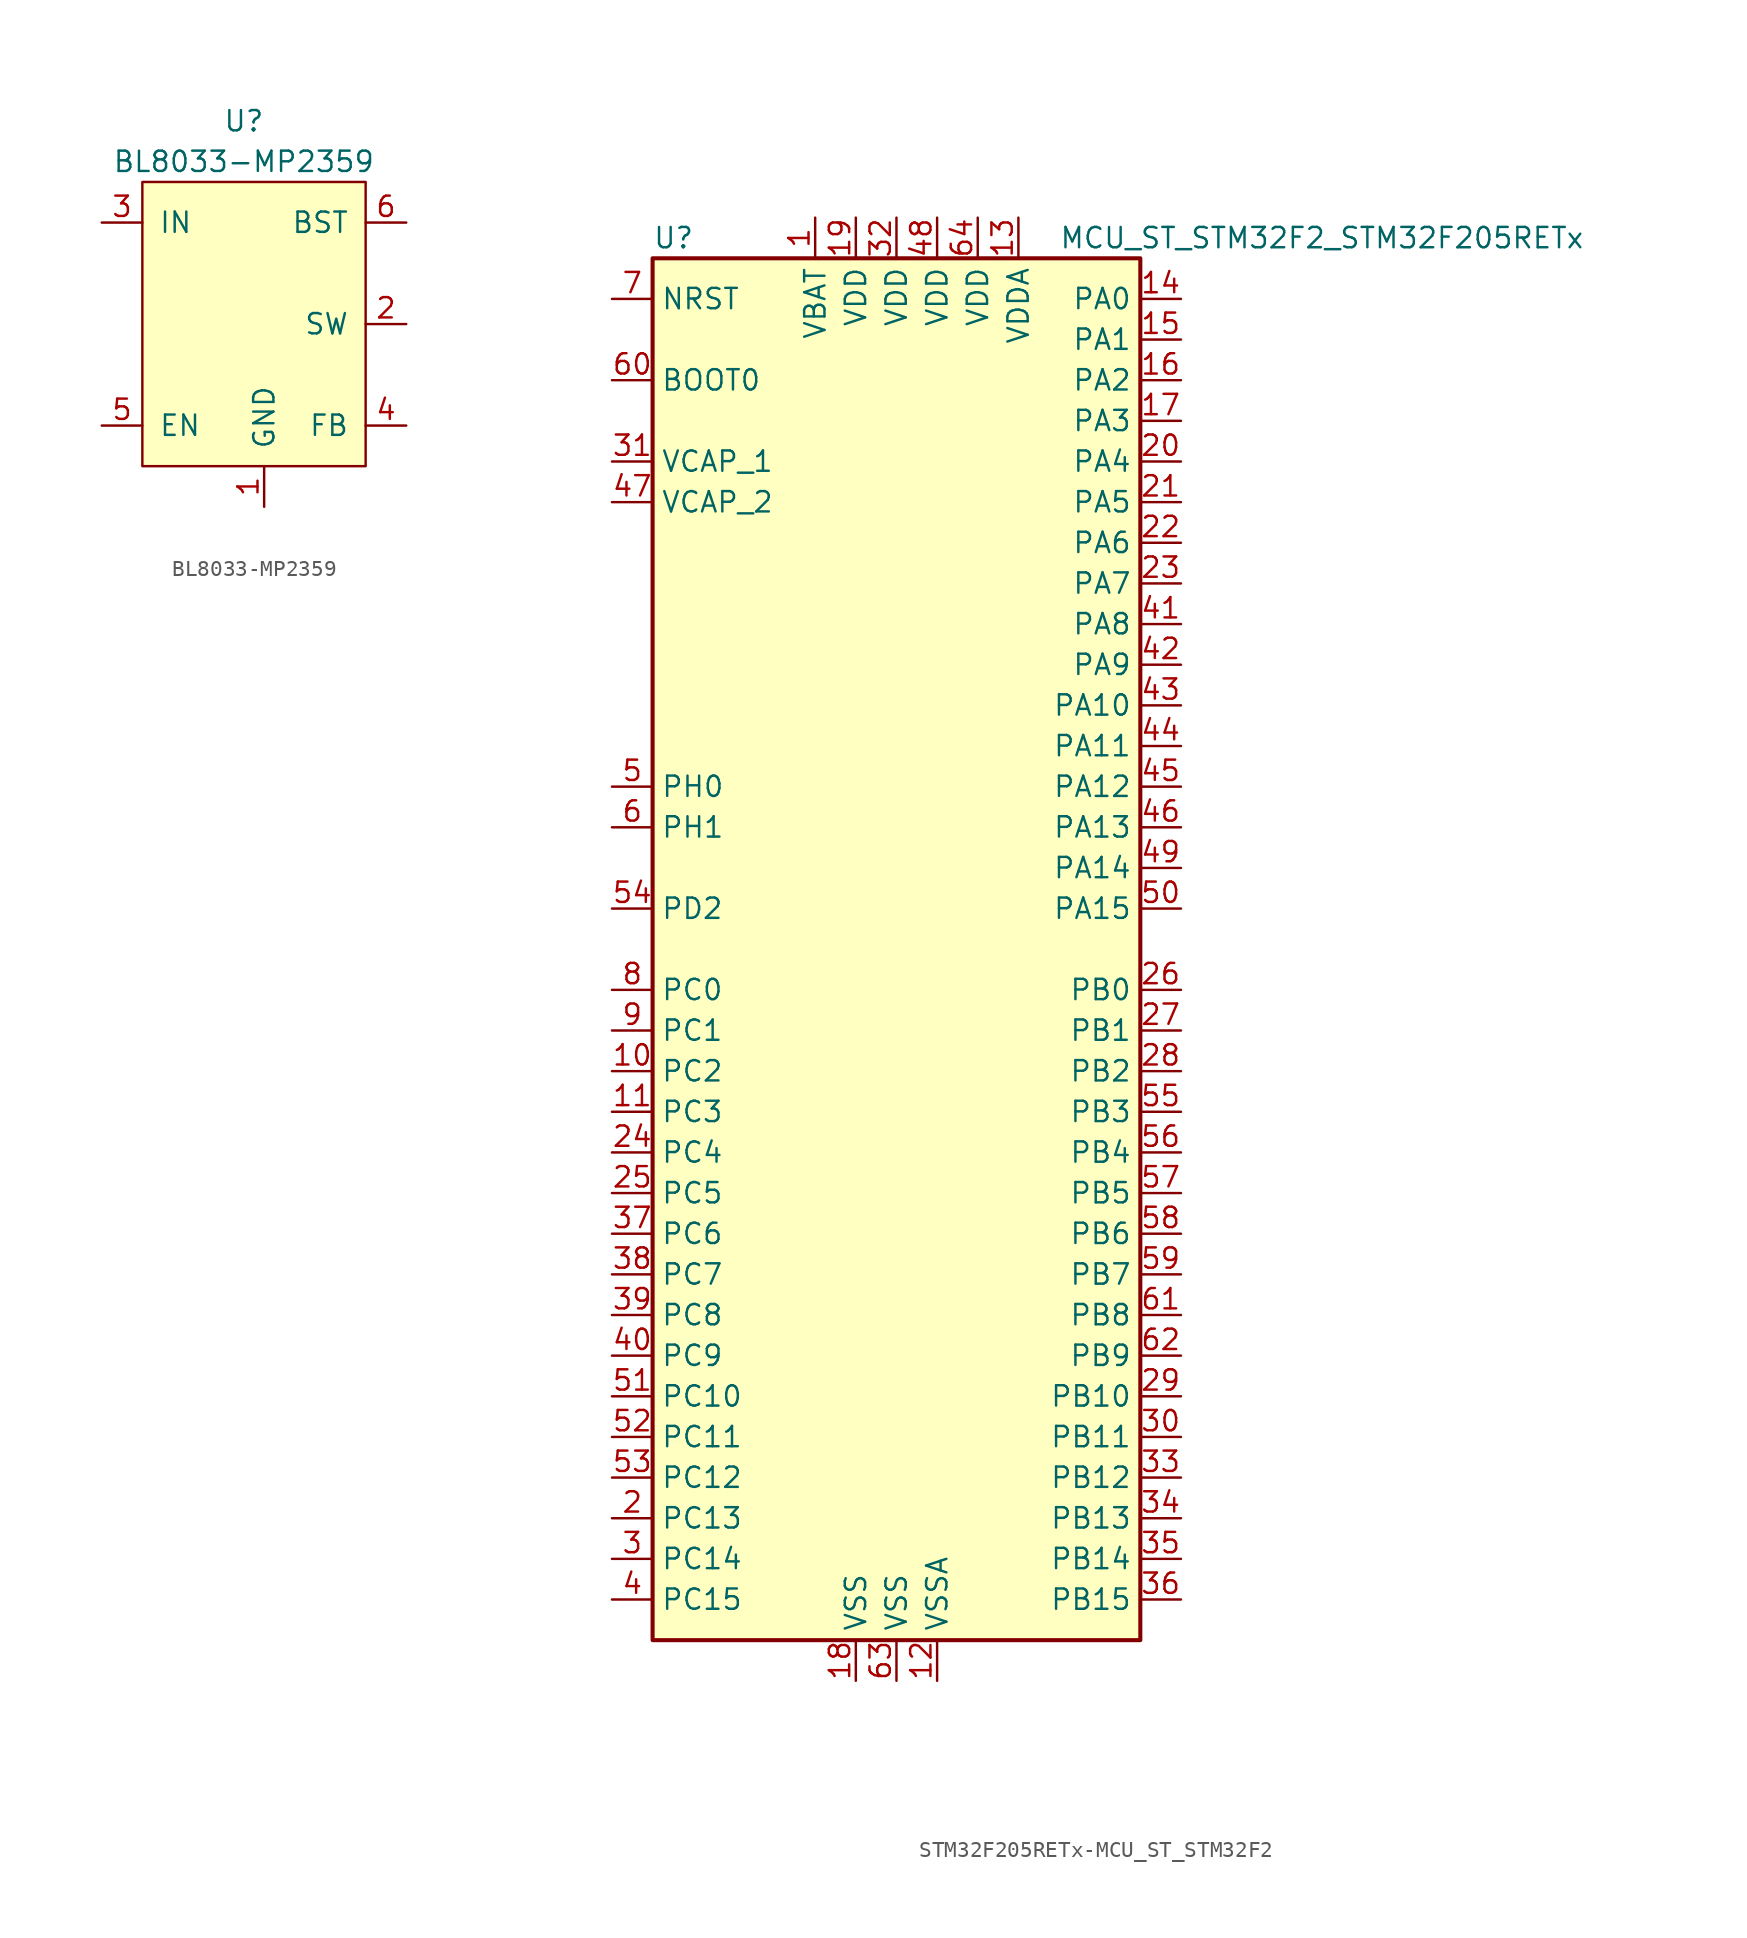
<source format=kicad_sym>
(kicad_symbol_lib
  (version 20220914)
  (generator kicad_symbol_editor)
  (symbol "BL8033-MP2359"
    (pin_names
      (offset 1.016))
    (property "Reference" "U"
      (at 2.54 10.16 0)
      (effects (font (size 1.27 1.27))))
    (property "Value" "BL8033-MP2359"
      (at 2.54 7.62 0)
      (effects (font (size 1.27 1.27))))
    (symbol "BL8033-MP2359_0_1"
      (rectangle (start -3.81 6.35) (end 10.16 -11.43) (stroke (width 0) (type solid)) (fill (type background))))
    (symbol "BL8033-MP2359_1_1"
      (pin passive line (at 3.81 -13.97 90) (length 2.54) (name "GND" (effects (font (size 1.27 1.27)))) (number "1" (effects (font (size 1.27 1.27)))))
      (pin power_out line (at 12.7 -2.54 180) (length 2.54) (name "SW" (effects (font (size 1.27 1.27)))) (number "2" (effects (font (size 1.27 1.27)))))
      (pin power_in line (at -6.35 3.81 0) (length 2.54) (name "IN" (effects (font (size 1.27 1.27)))) (number "3" (effects (font (size 1.27 1.27)))))
      (pin passive line (at 12.7 -8.89 180) (length 2.54) (name "FB" (effects (font (size 1.27 1.27)))) (number "4" (effects (font (size 1.27 1.27)))))
      (pin input line (at -6.35 -8.89 0) (length 2.54) (name "EN" (effects (font (size 1.27 1.27)))) (number "5" (effects (font (size 1.27 1.27)))))
      (pin input line (at 12.7 3.81 180) (length 2.54) (name "BST" (effects (font (size 1.27 1.27)))) (number "6" (effects (font (size 1.27 1.27)))))))
  (symbol "STM32F205RETx-MCU_ST_STM32F2"
    (property "Reference" "U"
      (at -15.24 44.45 0)
      (effects (font (size 1.27 1.27)) (justify left)))
    (property "Value" "MCU_ST_STM32F2_STM32F205RETx"
      (at 10.16 44.45 0)
      (effects (font (size 1.27 1.27)) (justify left)))
    (symbol "STM32F205RETx-MCU_ST_STM32F2_0_1"
      (rectangle (start -15.24 -43.18) (end 15.24 43.18) (stroke (width 0.254) (type solid)) (fill (type background))))
    (symbol "STM32F205RETx-MCU_ST_STM32F2_1_1"
      (pin power_in line (at -5.08 45.72 270) (length 2.54) (name "VBAT" (effects (font (size 1.27 1.27)))) (number "1" (effects (font (size 1.27 1.27)))))
      (pin bidirectional line (at -17.78 -7.62 0) (length 2.54) (name "PC2" (effects (font (size 1.27 1.27)))) (number "10" (effects (font (size 1.27 1.27)))))
      (pin bidirectional line (at -17.78 -10.16 0) (length 2.54) (name "PC3" (effects (font (size 1.27 1.27)))) (number "11" (effects (font (size 1.27 1.27)))))
      (pin power_in line (at 2.54 -45.72 90) (length 2.54) (name "VSSA" (effects (font (size 1.27 1.27)))) (number "12" (effects (font (size 1.27 1.27)))))
      (pin power_in line (at 7.62 45.72 270) (length 2.54) (name "VDDA" (effects (font (size 1.27 1.27)))) (number "13" (effects (font (size 1.27 1.27)))))
      (pin bidirectional line (at 17.78 40.64 180) (length 2.54) (name "PA0" (effects (font (size 1.27 1.27)))) (number "14" (effects (font (size 1.27 1.27)))))
      (pin bidirectional line (at 17.78 38.1 180) (length 2.54) (name "PA1" (effects (font (size 1.27 1.27)))) (number "15" (effects (font (size 1.27 1.27)))))
      (pin bidirectional line (at 17.78 35.56 180) (length 2.54) (name "PA2" (effects (font (size 1.27 1.27)))) (number "16" (effects (font (size 1.27 1.27)))))
      (pin bidirectional line (at 17.78 33.02 180) (length 2.54) (name "PA3" (effects (font (size 1.27 1.27)))) (number "17" (effects (font (size 1.27 1.27)))))
      (pin power_in line (at -2.54 -45.72 90) (length 2.54) (name "VSS" (effects (font (size 1.27 1.27)))) (number "18" (effects (font (size 1.27 1.27)))))
      (pin power_in line (at -2.54 45.72 270) (length 2.54) (name "VDD" (effects (font (size 1.27 1.27)))) (number "19" (effects (font (size 1.27 1.27)))))
      (pin bidirectional line (at -17.78 -35.56 0) (length 2.54) (name "PC13" (effects (font (size 1.27 1.27)))) (number "2" (effects (font (size 1.27 1.27)))))
      (pin bidirectional line (at 17.78 30.48 180) (length 2.54) (name "PA4" (effects (font (size 1.27 1.27)))) (number "20" (effects (font (size 1.27 1.27)))))
      (pin bidirectional line (at 17.78 27.94 180) (length 2.54) (name "PA5" (effects (font (size 1.27 1.27)))) (number "21" (effects (font (size 1.27 1.27)))))
      (pin bidirectional line (at 17.78 25.4 180) (length 2.54) (name "PA6" (effects (font (size 1.27 1.27)))) (number "22" (effects (font (size 1.27 1.27)))))
      (pin bidirectional line (at 17.78 22.86 180) (length 2.54) (name "PA7" (effects (font (size 1.27 1.27)))) (number "23" (effects (font (size 1.27 1.27)))))
      (pin bidirectional line (at -17.78 -12.7 0) (length 2.54) (name "PC4" (effects (font (size 1.27 1.27)))) (number "24" (effects (font (size 1.27 1.27)))))
      (pin bidirectional line (at -17.78 -15.24 0) (length 2.54) (name "PC5" (effects (font (size 1.27 1.27)))) (number "25" (effects (font (size 1.27 1.27)))))
      (pin bidirectional line (at 17.78 -2.54 180) (length 2.54) (name "PB0" (effects (font (size 1.27 1.27)))) (number "26" (effects (font (size 1.27 1.27)))))
      (pin bidirectional line (at 17.78 -5.08 180) (length 2.54) (name "PB1" (effects (font (size 1.27 1.27)))) (number "27" (effects (font (size 1.27 1.27)))))
      (pin bidirectional line (at 17.78 -7.62 180) (length 2.54) (name "PB2" (effects (font (size 1.27 1.27)))) (number "28" (effects (font (size 1.27 1.27)))))
      (pin bidirectional line (at 17.78 -27.94 180) (length 2.54) (name "PB10" (effects (font (size 1.27 1.27)))) (number "29" (effects (font (size 1.27 1.27)))))
      (pin bidirectional line (at -17.78 -38.1 0) (length 2.54) (name "PC14" (effects (font (size 1.27 1.27)))) (number "3" (effects (font (size 1.27 1.27)))))
      (pin bidirectional line (at 17.78 -30.48 180) (length 2.54) (name "PB11" (effects (font (size 1.27 1.27)))) (number "30" (effects (font (size 1.27 1.27)))))
      (pin power_in line (at -17.78 30.48 0) (length 2.54) (name "VCAP_1" (effects (font (size 1.27 1.27)))) (number "31" (effects (font (size 1.27 1.27)))))
      (pin power_in line (at 0 45.72 270) (length 2.54) (name "VDD" (effects (font (size 1.27 1.27)))) (number "32" (effects (font (size 1.27 1.27)))))
      (pin bidirectional line (at 17.78 -33.02 180) (length 2.54) (name "PB12" (effects (font (size 1.27 1.27)))) (number "33" (effects (font (size 1.27 1.27)))))
      (pin bidirectional line (at 17.78 -35.56 180) (length 2.54) (name "PB13" (effects (font (size 1.27 1.27)))) (number "34" (effects (font (size 1.27 1.27)))))
      (pin bidirectional line (at 17.78 -38.1 180) (length 2.54) (name "PB14" (effects (font (size 1.27 1.27)))) (number "35" (effects (font (size 1.27 1.27)))))
      (pin bidirectional line (at 17.78 -40.64 180) (length 2.54) (name "PB15" (effects (font (size 1.27 1.27)))) (number "36" (effects (font (size 1.27 1.27)))))
      (pin bidirectional line (at -17.78 -17.78 0) (length 2.54) (name "PC6" (effects (font (size 1.27 1.27)))) (number "37" (effects (font (size 1.27 1.27)))))
      (pin bidirectional line (at -17.78 -20.32 0) (length 2.54) (name "PC7" (effects (font (size 1.27 1.27)))) (number "38" (effects (font (size 1.27 1.27)))))
      (pin bidirectional line (at -17.78 -22.86 0) (length 2.54) (name "PC8" (effects (font (size 1.27 1.27)))) (number "39" (effects (font (size 1.27 1.27)))))
      (pin bidirectional line (at -17.78 -40.64 0) (length 2.54) (name "PC15" (effects (font (size 1.27 1.27)))) (number "4" (effects (font (size 1.27 1.27)))))
      (pin bidirectional line (at -17.78 -25.4 0) (length 2.54) (name "PC9" (effects (font (size 1.27 1.27)))) (number "40" (effects (font (size 1.27 1.27)))))
      (pin bidirectional line (at 17.78 20.32 180) (length 2.54) (name "PA8" (effects (font (size 1.27 1.27)))) (number "41" (effects (font (size 1.27 1.27)))))
      (pin bidirectional line (at 17.78 17.78 180) (length 2.54) (name "PA9" (effects (font (size 1.27 1.27)))) (number "42" (effects (font (size 1.27 1.27)))))
      (pin bidirectional line (at 17.78 15.24 180) (length 2.54) (name "PA10" (effects (font (size 1.27 1.27)))) (number "43" (effects (font (size 1.27 1.27)))))
      (pin bidirectional line (at 17.78 12.7 180) (length 2.54) (name "PA11" (effects (font (size 1.27 1.27)))) (number "44" (effects (font (size 1.27 1.27)))))
      (pin bidirectional line (at 17.78 10.16 180) (length 2.54) (name "PA12" (effects (font (size 1.27 1.27)))) (number "45" (effects (font (size 1.27 1.27)))))
      (pin bidirectional line (at 17.78 7.62 180) (length 2.54) (name "PA13" (effects (font (size 1.27 1.27)))) (number "46" (effects (font (size 1.27 1.27)))))
      (pin power_in line (at -17.78 27.94 0) (length 2.54) (name "VCAP_2" (effects (font (size 1.27 1.27)))) (number "47" (effects (font (size 1.27 1.27)))))
      (pin power_in line (at 2.54 45.72 270) (length 2.54) (name "VDD" (effects (font (size 1.27 1.27)))) (number "48" (effects (font (size 1.27 1.27)))))
      (pin bidirectional line (at 17.78 5.08 180) (length 2.54) (name "PA14" (effects (font (size 1.27 1.27)))) (number "49" (effects (font (size 1.27 1.27)))))
      (pin input line (at -17.78 10.16 0) (length 2.54) (name "PH0" (effects (font (size 1.27 1.27)))) (number "5" (effects (font (size 1.27 1.27)))))
      (pin bidirectional line (at 17.78 2.54 180) (length 2.54) (name "PA15" (effects (font (size 1.27 1.27)))) (number "50" (effects (font (size 1.27 1.27)))))
      (pin bidirectional line (at -17.78 -27.94 0) (length 2.54) (name "PC10" (effects (font (size 1.27 1.27)))) (number "51" (effects (font (size 1.27 1.27)))))
      (pin bidirectional line (at -17.78 -30.48 0) (length 2.54) (name "PC11" (effects (font (size 1.27 1.27)))) (number "52" (effects (font (size 1.27 1.27)))))
      (pin bidirectional line (at -17.78 -33.02 0) (length 2.54) (name "PC12" (effects (font (size 1.27 1.27)))) (number "53" (effects (font (size 1.27 1.27)))))
      (pin bidirectional line (at -17.78 2.54 0) (length 2.54) (name "PD2" (effects (font (size 1.27 1.27)))) (number "54" (effects (font (size 1.27 1.27)))))
      (pin bidirectional line (at 17.78 -10.16 180) (length 2.54) (name "PB3" (effects (font (size 1.27 1.27)))) (number "55" (effects (font (size 1.27 1.27)))))
      (pin bidirectional line (at 17.78 -12.7 180) (length 2.54) (name "PB4" (effects (font (size 1.27 1.27)))) (number "56" (effects (font (size 1.27 1.27)))))
      (pin bidirectional line (at 17.78 -15.24 180) (length 2.54) (name "PB5" (effects (font (size 1.27 1.27)))) (number "57" (effects (font (size 1.27 1.27)))))
      (pin bidirectional line (at 17.78 -17.78 180) (length 2.54) (name "PB6" (effects (font (size 1.27 1.27)))) (number "58" (effects (font (size 1.27 1.27)))))
      (pin bidirectional line (at 17.78 -20.32 180) (length 2.54) (name "PB7" (effects (font (size 1.27 1.27)))) (number "59" (effects (font (size 1.27 1.27)))))
      (pin input line (at -17.78 7.62 0) (length 2.54) (name "PH1" (effects (font (size 1.27 1.27)))) (number "6" (effects (font (size 1.27 1.27)))))
      (pin input line (at -17.78 35.56 0) (length 2.54) (name "BOOT0" (effects (font (size 1.27 1.27)))) (number "60" (effects (font (size 1.27 1.27)))))
      (pin bidirectional line (at 17.78 -22.86 180) (length 2.54) (name "PB8" (effects (font (size 1.27 1.27)))) (number "61" (effects (font (size 1.27 1.27)))))
      (pin bidirectional line (at 17.78 -25.4 180) (length 2.54) (name "PB9" (effects (font (size 1.27 1.27)))) (number "62" (effects (font (size 1.27 1.27)))))
      (pin power_in line (at 0 -45.72 90) (length 2.54) (name "VSS" (effects (font (size 1.27 1.27)))) (number "63" (effects (font (size 1.27 1.27)))))
      (pin power_in line (at 5.08 45.72 270) (length 2.54) (name "VDD" (effects (font (size 1.27 1.27)))) (number "64" (effects (font (size 1.27 1.27)))))
      (pin input line (at -17.78 40.64 0) (length 2.54) (name "NRST" (effects (font (size 1.27 1.27)))) (number "7" (effects (font (size 1.27 1.27)))))
      (pin bidirectional line (at -17.78 -2.54 0) (length 2.54) (name "PC0" (effects (font (size 1.27 1.27)))) (number "8" (effects (font (size 1.27 1.27)))))
      (pin bidirectional line (at -17.78 -5.08 0) (length 2.54) (name "PC1" (effects (font (size 1.27 1.27)))) (number "9" (effects (font (size 1.27 1.27))))))))
</source>
